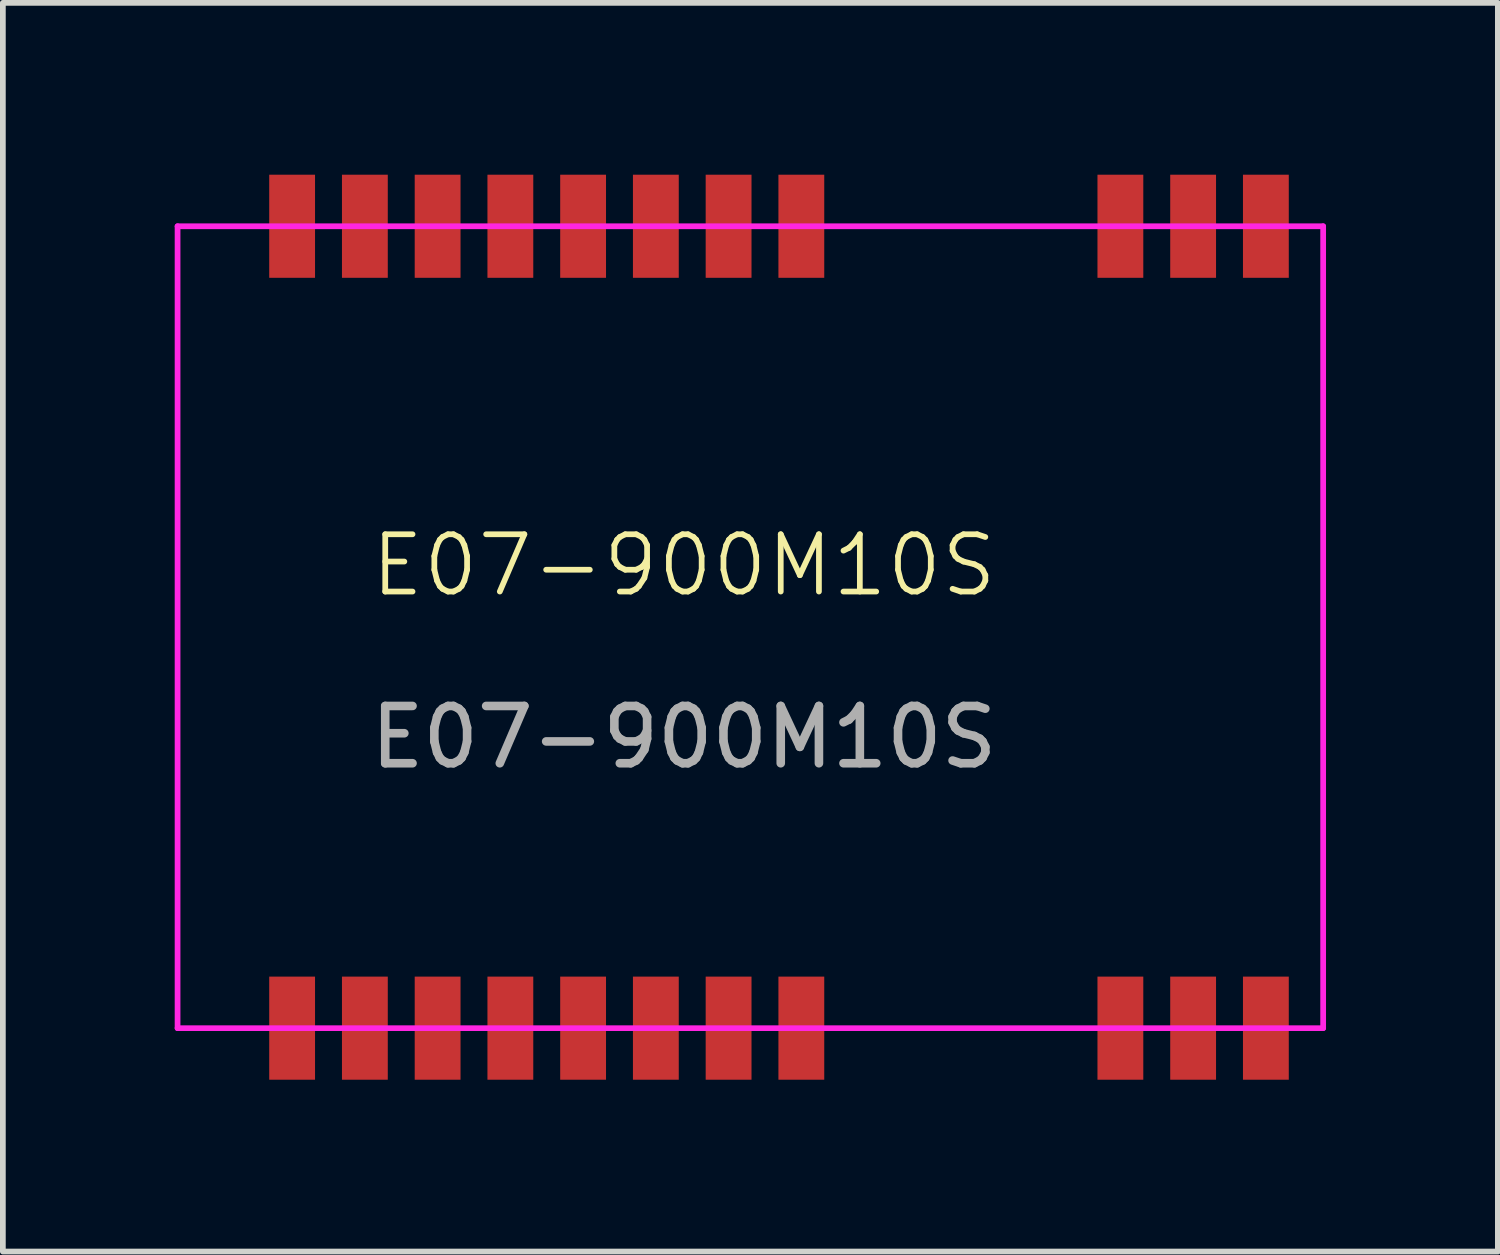
<source format=kicad_pcb>
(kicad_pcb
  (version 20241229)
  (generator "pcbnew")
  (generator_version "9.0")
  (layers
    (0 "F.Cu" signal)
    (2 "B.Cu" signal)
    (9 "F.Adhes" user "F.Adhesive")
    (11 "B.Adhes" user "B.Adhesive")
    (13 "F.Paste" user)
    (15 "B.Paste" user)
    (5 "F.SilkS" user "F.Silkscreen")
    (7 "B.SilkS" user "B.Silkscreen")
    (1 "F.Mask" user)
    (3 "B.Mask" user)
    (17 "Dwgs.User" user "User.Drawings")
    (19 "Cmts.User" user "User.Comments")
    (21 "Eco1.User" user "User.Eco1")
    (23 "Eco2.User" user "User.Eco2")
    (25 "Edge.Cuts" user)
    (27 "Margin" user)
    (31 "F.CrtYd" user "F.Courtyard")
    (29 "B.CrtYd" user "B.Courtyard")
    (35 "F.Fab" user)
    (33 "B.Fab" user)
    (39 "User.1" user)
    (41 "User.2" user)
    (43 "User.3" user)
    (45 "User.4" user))
  (footprint "E07-900M10S"
    (layer "F.Cu")
    (at 19.05 14.9)
    (property "Reference" "E07-900M10S" (at -10.16 -8.08 0) (unlocked yes) (layer "F.SilkS") (effects (font (size 1 1) (thickness 0.1))))
    (attr smd)
    (fp_line (start -19 -14) (end -19 0) (stroke (width 0.1) (type default)) (layer "F.CrtYd"))
    (fp_line (start -19 -14) (end 1 -14) (stroke (width 0.1) (type default)) (layer "F.CrtYd"))
    (fp_line (start -19 0) (end 1 0) (stroke (width 0.1) (type default)) (layer "F.CrtYd"))
    (fp_line (start 1 -14) (end 1 0) (stroke (width 0.1) (type default)) (layer "F.CrtYd"))
    (fp_text user "${REFERENCE}" (at -10.16 -5.08 0) (unlocked yes) (layer "F.Fab") (effects (font (size 1 1) (thickness 0.15))))
    (pad "1" smd rect (at 0 -14) (size 0.8 1.8) (layers "F.Cu" "F.Mask" "F.Paste"))
    (pad "2" smd rect (at -1.27 -14) (size 0.8 1.8) (layers "F.Cu" "F.Mask" "F.Paste"))
    (pad "3" smd rect (at -2.54 -14) (size 0.8 1.8) (layers "F.Cu" "F.Mask" "F.Paste"))
    (pad "4" smd rect (at -8.11 -14) (size 0.8 1.8) (layers "F.Cu" "F.Mask" "F.Paste"))
    (pad "5" smd rect (at -9.38 -14) (size 0.8 1.8) (layers "F.Cu" "F.Mask" "F.Paste"))
    (pad "6" smd rect (at -10.65 -14) (size 0.8 1.8) (layers "F.Cu" "F.Mask" "F.Paste"))
    (pad "7" smd rect (at -11.92 -14) (size 0.8 1.8) (layers "F.Cu" "F.Mask" "F.Paste"))
    (pad "8" smd rect (at -13.19 -14) (size 0.8 1.8) (layers "F.Cu" "F.Mask" "F.Paste"))
    (pad "9" smd rect (at -14.46 -14) (size 0.8 1.8) (layers "F.Cu" "F.Mask" "F.Paste"))
    (pad "10" smd rect (at -15.73 -14) (size 0.8 1.8) (layers "F.Cu" "F.Mask" "F.Paste"))
    (pad "11" smd rect (at -17 -14) (size 0.8 1.8) (layers "F.Cu" "F.Mask" "F.Paste"))
    (pad "12" smd rect (at -17 0) (size 0.8 1.8) (layers "F.Cu" "F.Mask" "F.Paste"))
    (pad "13" smd rect (at -15.73 0) (size 0.8 1.8) (layers "F.Cu" "F.Mask" "F.Paste"))
    (pad "14" smd rect (at -14.46 0) (size 0.8 1.8) (layers "F.Cu" "F.Mask" "F.Paste"))
    (pad "15" smd rect (at -13.19 0) (size 0.8 1.8) (layers "F.Cu" "F.Mask" "F.Paste"))
    (pad "16" smd rect (at -11.92 0) (size 0.8 1.8) (layers "F.Cu" "F.Mask" "F.Paste"))
    (pad "17" smd rect (at -10.65 0) (size 0.8 1.8) (layers "F.Cu" "F.Mask" "F.Paste"))
    (pad "18" smd rect (at -9.38 0) (size 0.8 1.8) (layers "F.Cu" "F.Mask" "F.Paste"))
    (pad "19" smd rect (at -8.11 0) (size 0.8 1.8) (layers "F.Cu" "F.Mask" "F.Paste"))
    (pad "20" smd rect (at -2.54 0) (size 0.8 1.8) (layers "F.Cu" "F.Mask" "F.Paste"))
    (pad "21" smd rect (at -1.27 0) (size 0.8 1.8) (layers "F.Cu" "F.Mask" "F.Paste"))
    (pad "22" smd rect (at 0 0) (size 0.8 1.8) (layers "F.Cu" "F.Mask" "F.Paste")))
  (gr_rect
    (start -3 -3)
    (end 23.1 18.8)
    (stroke (width 0.1) (type default))
    (fill no)
    (layer "Edge.Cuts")))
</source>
